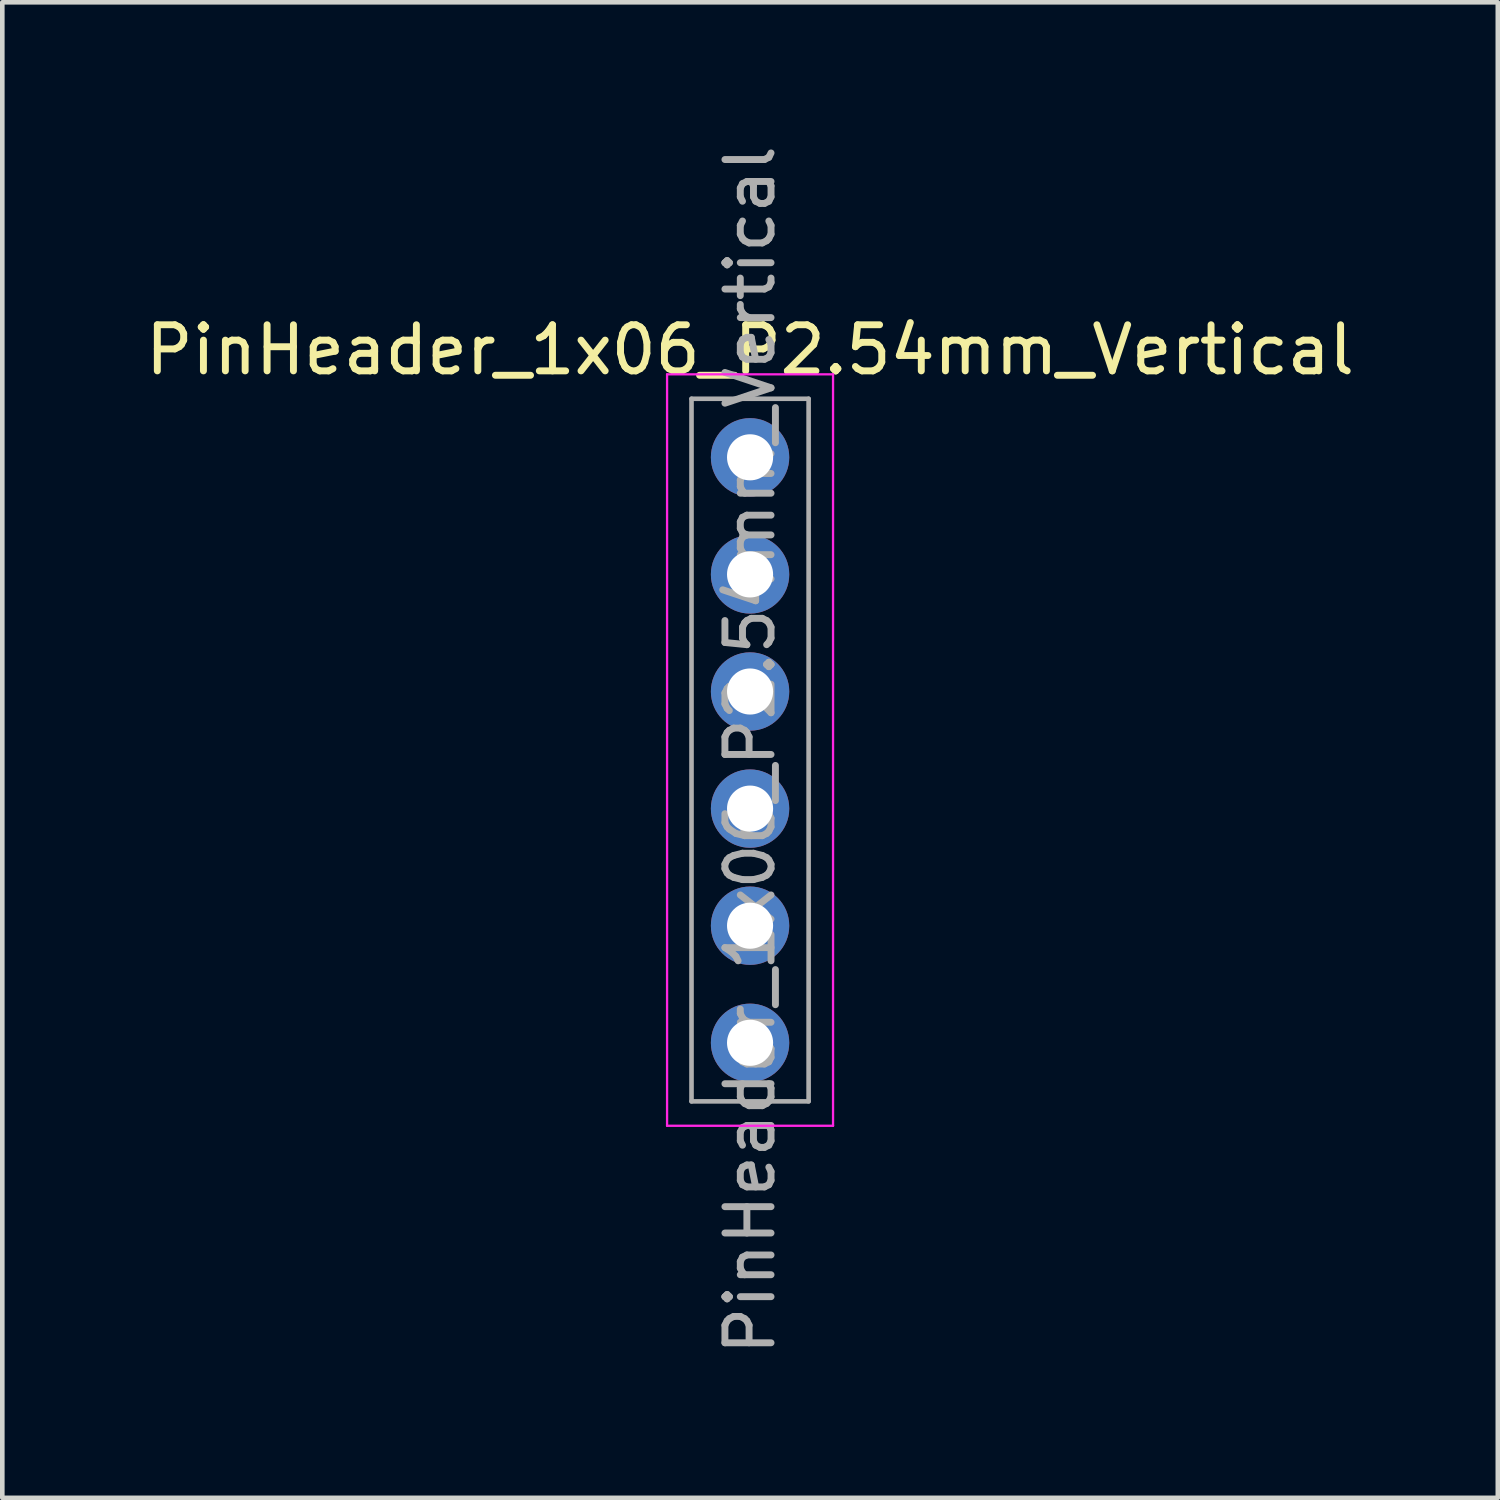
<source format=kicad_pcb>
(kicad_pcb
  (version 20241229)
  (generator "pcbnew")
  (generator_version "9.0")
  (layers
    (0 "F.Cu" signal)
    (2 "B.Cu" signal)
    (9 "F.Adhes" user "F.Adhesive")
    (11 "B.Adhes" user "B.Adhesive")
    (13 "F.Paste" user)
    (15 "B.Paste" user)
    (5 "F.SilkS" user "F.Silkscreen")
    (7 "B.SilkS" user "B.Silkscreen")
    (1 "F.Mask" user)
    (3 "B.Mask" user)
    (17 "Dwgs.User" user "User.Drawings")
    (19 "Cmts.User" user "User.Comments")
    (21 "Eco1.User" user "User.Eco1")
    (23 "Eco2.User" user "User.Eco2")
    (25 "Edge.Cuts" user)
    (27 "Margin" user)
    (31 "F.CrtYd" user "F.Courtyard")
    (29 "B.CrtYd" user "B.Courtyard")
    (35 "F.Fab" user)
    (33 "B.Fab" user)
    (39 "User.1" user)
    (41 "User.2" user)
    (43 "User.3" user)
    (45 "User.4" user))
  (footprint "PinHeader_1x06_P2.54mm_Vertical"
    (layer "F.Cu")
    (at 13.22 6.87)
    (property "Reference" "PinHeader_1x06_P2.54mm_Vertical" (at 0 -2.33 0) (layer "F.SilkS") (effects (font (size 1 1) (thickness 0.15))))
    (attr through_hole)
    (fp_line (start -1.8 -1.8) (end -1.8 14.5) (stroke (width 0.05) (type solid)) (layer "F.CrtYd"))
    (fp_line (start -1.8 14.5) (end 1.8 14.5) (stroke (width 0.05) (type solid)) (layer "F.CrtYd"))
    (fp_line (start 1.8 -1.8) (end -1.8 -1.8) (stroke (width 0.05) (type solid)) (layer "F.CrtYd"))
    (fp_line (start 1.8 14.5) (end 1.8 -1.8) (stroke (width 0.05) (type solid)) (layer "F.CrtYd"))
    (fp_line (start -1.27 -1.27) (end 1.27 -1.27) (stroke (width 0.1) (type solid)) (layer "F.Fab"))
    (fp_line (start -1.27 13.97) (end -1.27 -1.27) (stroke (width 0.1) (type solid)) (layer "F.Fab"))
    (fp_line (start 1.27 -1.27) (end 1.27 13.97) (stroke (width 0.1) (type solid)) (layer "F.Fab"))
    (fp_line (start 1.27 13.97) (end -1.27 13.97) (stroke (width 0.1) (type solid)) (layer "F.Fab"))
    (fp_text user "${REFERENCE}" (at 0 6.35 90) (layer "F.Fab") (effects (font (size 1 1) (thickness 0.15))))
    (pad "1" thru_hole circle (at 0 0) (size 1.7 1.7) (drill 1) (layers "*.Cu" "*.Mask"))
    (pad "2" thru_hole oval (at 0 2.54) (size 1.7 1.7) (drill 1) (layers "*.Cu" "*.Mask"))
    (pad "3" thru_hole oval (at 0 5.08) (size 1.7 1.7) (drill 1) (layers "*.Cu" "*.Mask"))
    (pad "4" thru_hole oval (at 0 7.62) (size 1.7 1.7) (drill 1) (layers "*.Cu" "*.Mask"))
    (pad "5" thru_hole oval (at 0 10.16) (size 1.7 1.7) (drill 1) (layers "*.Cu" "*.Mask"))
    (pad "6" thru_hole oval (at 0 12.7) (size 1.7 1.7) (drill 1) (layers "*.Cu" "*.Mask")))
  (gr_rect
    (start -3 -3)
    (end 29.44 29.44)
    (stroke (width 0.1) (type default))
    (fill no)
    (layer "Edge.Cuts")))
</source>
